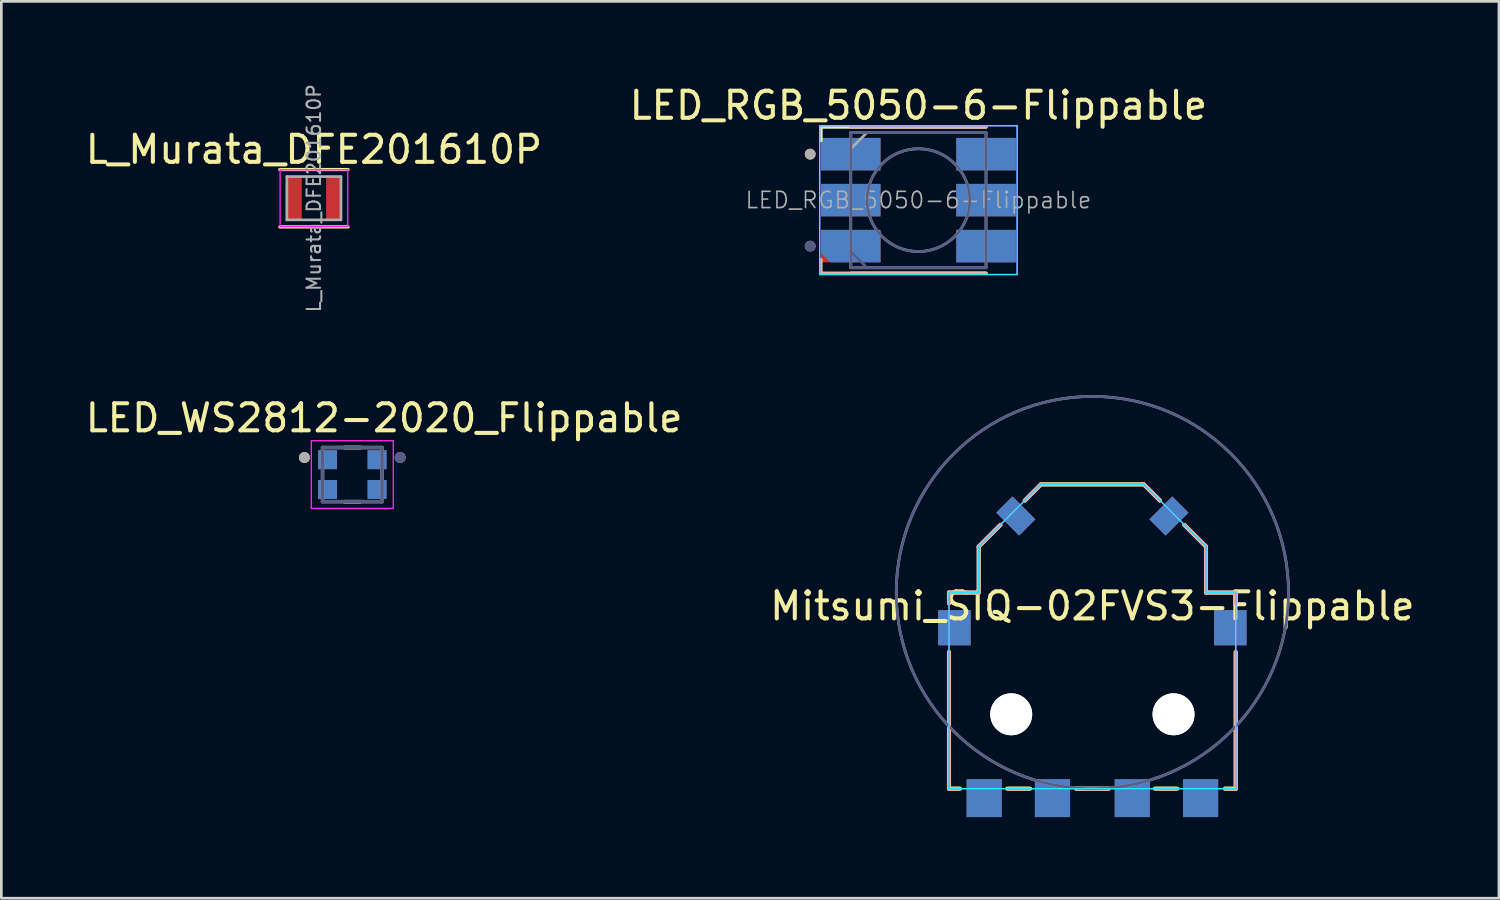
<source format=kicad_pcb>
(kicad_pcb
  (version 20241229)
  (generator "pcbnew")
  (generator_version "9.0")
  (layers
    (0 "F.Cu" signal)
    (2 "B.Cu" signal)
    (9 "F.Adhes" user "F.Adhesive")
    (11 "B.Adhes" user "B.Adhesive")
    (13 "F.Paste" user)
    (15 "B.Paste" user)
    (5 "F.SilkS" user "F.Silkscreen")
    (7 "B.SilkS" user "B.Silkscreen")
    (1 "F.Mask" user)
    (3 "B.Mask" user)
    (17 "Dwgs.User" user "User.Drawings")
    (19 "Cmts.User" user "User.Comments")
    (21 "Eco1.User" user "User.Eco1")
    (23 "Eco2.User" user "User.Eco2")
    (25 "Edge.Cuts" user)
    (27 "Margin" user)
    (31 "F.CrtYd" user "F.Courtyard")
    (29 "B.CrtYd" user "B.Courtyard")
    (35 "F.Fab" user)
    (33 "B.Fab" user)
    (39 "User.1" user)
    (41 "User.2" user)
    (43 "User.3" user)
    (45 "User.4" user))
  (footprint "Mitsumi_SIQ-02FVS3-Flippable"
    (layer "F.Cu")
    (at 37.33 18.854)
    (property "Reference" "Mitsumi_SIQ-02FVS3-Flippable" (at 0 0.5 0) (layer "F.SilkS") (effects (font (size 1 1) (thickness 0.15))))
    (attr through_hole)
    (fp_line (start -5.3 0) (end -4.2 0) (stroke (width 0.15) (type solid)) (layer "F.SilkS"))
    (fp_line (start -5.3 0.4) (end -5.3 0) (stroke (width 0.15) (type solid)) (layer "F.SilkS"))
    (fp_line (start -5.3 7.25) (end -5.3 2.2) (stroke (width 0.15) (type solid)) (layer "F.SilkS"))
    (fp_line (start -4.9 7.25) (end -5.3 7.25) (stroke (width 0.15) (type solid)) (layer "F.SilkS"))
    (fp_line (start -4.2 -1.7) (end -4.2 0) (stroke (width 0.15) (type solid)) (layer "F.SilkS"))
    (fp_line (start -3.4 -2.5) (end -4.2 -1.7) (stroke (width 0.15) (type solid)) (layer "F.SilkS"))
    (fp_line (start -2.3 7.25) (end -3.15 7.25) (stroke (width 0.15) (type solid)) (layer "F.SilkS"))
    (fp_line (start -1.9 -4) (end -2.5 -3.4) (stroke (width 0.15) (type solid)) (layer "F.SilkS"))
    (fp_line (start 0.6 7.25) (end -0.6 7.25) (stroke (width 0.15) (type solid)) (layer "F.SilkS"))
    (fp_line (start 1.9 -4) (end -1.9 -4) (stroke (width 0.15) (type solid)) (layer "F.SilkS"))
    (fp_line (start 1.9 -4) (end 2.5 -3.4) (stroke (width 0.15) (type solid)) (layer "F.SilkS"))
    (fp_line (start 3.1 7.25) (end 2.35 7.25) (stroke (width 0.15) (type solid)) (layer "F.SilkS"))
    (fp_line (start 3.4 -2.5) (end 4.2 -1.7) (stroke (width 0.15) (type solid)) (layer "F.SilkS"))
    (fp_line (start 4.2 -1.7) (end 4.2 0) (stroke (width 0.15) (type solid)) (layer "F.SilkS"))
    (fp_line (start 5.3 0) (end 4.2 0) (stroke (width 0.15) (type solid)) (layer "F.SilkS"))
    (fp_line (start 5.3 0.4) (end 5.3 0) (stroke (width 0.15) (type solid)) (layer "F.SilkS"))
    (fp_line (start 5.3 7.25) (end 4.9 7.25) (stroke (width 0.15) (type solid)) (layer "F.SilkS"))
    (fp_line (start 5.3 7.25) (end 5.3 2.2) (stroke (width 0.15) (type solid)) (layer "F.SilkS"))
    (fp_line (start -5.3 0) (end -4.2 0) (stroke (width 0.15) (type solid)) (layer "B.SilkS"))
    (fp_line (start -5.3 0.4) (end -5.3 0) (stroke (width 0.15) (type solid)) (layer "B.SilkS"))
    (fp_line (start -5.3 7.25) (end -5.3 2.2) (stroke (width 0.15) (type solid)) (layer "B.SilkS"))
    (fp_line (start -5.3 7.25) (end -4.9 7.25) (stroke (width 0.15) (type solid)) (layer "B.SilkS"))
    (fp_line (start -4.2 -1.7) (end -4.2 0) (stroke (width 0.15) (type solid)) (layer "B.SilkS"))
    (fp_line (start -3.4 -2.5) (end -4.2 -1.7) (stroke (width 0.15) (type solid)) (layer "B.SilkS"))
    (fp_line (start -3.1 7.25) (end -2.35 7.25) (stroke (width 0.15) (type solid)) (layer "B.SilkS"))
    (fp_line (start -1.9 -4) (end -2.5 -3.4) (stroke (width 0.15) (type solid)) (layer "B.SilkS"))
    (fp_line (start -1.9 -4) (end 1.9 -4) (stroke (width 0.15) (type solid)) (layer "B.SilkS"))
    (fp_line (start -0.6 7.25) (end 0.6 7.25) (stroke (width 0.15) (type solid)) (layer "B.SilkS"))
    (fp_line (start 1.9 -4) (end 2.5 -3.4) (stroke (width 0.15) (type solid)) (layer "B.SilkS"))
    (fp_line (start 2.3 7.25) (end 3.15 7.25) (stroke (width 0.15) (type solid)) (layer "B.SilkS"))
    (fp_line (start 3.4 -2.5) (end 4.2 -1.7) (stroke (width 0.15) (type solid)) (layer "B.SilkS"))
    (fp_line (start 4.2 -1.7) (end 4.2 0) (stroke (width 0.15) (type solid)) (layer "B.SilkS"))
    (fp_line (start 4.9 7.25) (end 5.3 7.25) (stroke (width 0.15) (type solid)) (layer "B.SilkS"))
    (fp_line (start 5.3 0) (end 4.2 0) (stroke (width 0.15) (type solid)) (layer "B.SilkS"))
    (fp_line (start 5.3 0.4) (end 5.3 0) (stroke (width 0.15) (type solid)) (layer "B.SilkS"))
    (fp_line (start 5.3 7.25) (end 5.3 2.2) (stroke (width 0.15) (type solid)) (layer "B.SilkS"))
    (fp_line (start -5.3 0) (end -4.2 0) (stroke (width 0.05) (type solid)) (layer "B.CrtYd"))
    (fp_line (start -5.3 7.25) (end -5.3 0) (stroke (width 0.05) (type solid)) (layer "B.CrtYd"))
    (fp_line (start -4.2 -1.71) (end -1.9 -4) (stroke (width 0.05) (type solid)) (layer "B.CrtYd"))
    (fp_line (start -4.2 0) (end -4.2 -1.71) (stroke (width 0.05) (type solid)) (layer "B.CrtYd"))
    (fp_line (start -1.9 -4) (end 1.91 -4) (stroke (width 0.05) (type solid)) (layer "B.CrtYd"))
    (fp_line (start 1.91 -4) (end 4.2 -1.7) (stroke (width 0.05) (type solid)) (layer "B.CrtYd"))
    (fp_line (start 4.2 -1.7) (end 4.2 0) (stroke (width 0.05) (type solid)) (layer "B.CrtYd"))
    (fp_line (start 4.2 0) (end 5.3 0) (stroke (width 0.05) (type solid)) (layer "B.CrtYd"))
    (fp_line (start 5.3 0) (end 5.3 7.25) (stroke (width 0.05) (type solid)) (layer "B.CrtYd"))
    (fp_line (start 5.3 7.25) (end -5.3 7.25) (stroke (width 0.05) (type solid)) (layer "B.CrtYd"))
    (fp_line (start -5.3 0) (end -5.3 7.25) (stroke (width 0.05) (type solid)) (layer "F.CrtYd"))
    (fp_line (start -5.3 7.25) (end 5.3 7.25) (stroke (width 0.05) (type solid)) (layer "F.CrtYd"))
    (fp_line (start -4.2 -1.7) (end -4.2 0) (stroke (width 0.05) (type solid)) (layer "F.CrtYd"))
    (fp_line (start -4.2 0) (end -5.3 0) (stroke (width 0.05) (type solid)) (layer "F.CrtYd"))
    (fp_line (start -1.91 -4) (end -4.2 -1.7) (stroke (width 0.05) (type solid)) (layer "F.CrtYd"))
    (fp_line (start 1.9 -4) (end -1.91 -4) (stroke (width 0.05) (type solid)) (layer "F.CrtYd"))
    (fp_line (start 4.2 -1.71) (end 1.9 -4) (stroke (width 0.05) (type solid)) (layer "F.CrtYd"))
    (fp_line (start 4.2 0) (end 4.2 -1.71) (stroke (width 0.05) (type solid)) (layer "F.CrtYd"))
    (fp_line (start 5.3 0) (end 4.2 0) (stroke (width 0.05) (type solid)) (layer "F.CrtYd"))
    (fp_line (start 5.3 7.25) (end 5.3 0) (stroke (width 0.05) (type solid)) (layer "F.CrtYd"))
    (fp_circle (center 0 0) (end -7.25 0) (stroke (width 0.1) (type solid)) (fill no) (layer "B.Fab"))
    (fp_circle (center 0 0) (end 7.25 0) (stroke (width 0.1) (type solid)) (fill no) (layer "F.Fab"))
    (pad "" np_thru_hole circle (at -3 4.5) (size 1.55 1.55) (drill 1.55) (layers "*.Cu" "*.Mask"))
    (pad "" np_thru_hole circle (at -3 4.5) (size 1.55 1.55) (drill 1.55) (layers "*.Cu" "*.Mask"))
    (pad "" np_thru_hole circle (at 3 4.5) (size 1.55 1.55) (drill 1.55) (layers "*.Cu" "*.Mask"))
    (pad "" np_thru_hole circle (at 3 4.5) (size 1.55 1.55) (drill 1.55) (layers "*.Cu" "*.Mask"))
    (pad "A" smd rect (at -4 7.6) (size 1.3 1.4) (layers "F.Cu" "F.Mask" "F.Paste"))
    (pad "A" smd rect (at 4 7.6) (size 1.3 1.4) (layers "B.Cu" "B.Mask" "B.Paste"))
    (pad "B" smd rect (at -4 7.6) (size 1.3 1.4) (layers "B.Cu" "B.Mask" "B.Paste"))
    (pad "B" smd rect (at 4 7.6) (size 1.3 1.4) (layers "F.Cu" "F.Mask" "F.Paste"))
    (pad "C" smd rect (at -1.475 7.6) (size 1.3 1.4) (layers "B.Cu" "B.Mask" "B.Paste"))
    (pad "C" smd rect (at 1.475 7.6) (size 1.3 1.4) (layers "F.Cu" "F.Mask" "F.Paste"))
    (pad "MP" smd rect (at -5.1 1.3) (size 1.2 1.3) (layers "F.Cu" "F.Mask" "F.Paste"))
    (pad "MP" smd rect (at -5.1 1.3) (size 1.2 1.3) (layers "B.Cu" "B.Mask" "B.Paste"))
    (pad "MP" smd rect (at -2.83 -2.83 45) (size 0.85 1.2) (layers "F.Cu" "F.Mask" "F.Paste"))
    (pad "MP" smd rect (at -2.83 -2.83 225) (size 0.85 1.2) (layers "B.Cu" "B.Mask" "B.Paste"))
    (pad "MP" smd rect (at 2.83 -2.83 135) (size 0.85 1.2) (layers "F.Cu" "F.Mask" "F.Paste"))
    (pad "MP" smd rect (at 2.83 -2.83 315) (size 0.85 1.2) (layers "B.Cu" "B.Mask" "B.Paste"))
    (pad "MP" smd rect (at 5.1 1.3) (size 1.2 1.3) (layers "F.Cu" "F.Mask" "F.Paste"))
    (pad "MP" smd rect (at 5.1 1.3) (size 1.2 1.3) (layers "B.Cu" "B.Mask" "B.Paste"))
    (pad "S" smd rect (at -1.475 7.6) (size 1.3 1.4) (layers "F.Cu" "F.Mask" "F.Paste"))
    (pad "S" smd rect (at 1.475 7.6) (size 1.3 1.4) (layers "B.Cu" "B.Mask" "B.Paste")))
  (footprint "LED_WS2812-2020_Flippable"
    (layer "F.Cu")
    (at 9.973 14.493)
    (property "Reference" "LED_WS2812-2020_Flippable" (at 1.177 -2.091 0) (layer "F.SilkS") (effects (font (size 1 1) (thickness 0.15))))
    (attr through_hole)
    (fp_line (start -0.3 -1) (end 0.3 -1) (stroke (width 0.127) (type solid)) (layer "F.SilkS"))
    (fp_line (start -0.3 1) (end 0.3 1) (stroke (width 0.127) (type solid)) (layer "F.SilkS"))
    (fp_circle (center -1.77 -0.63) (end -1.667 -0.63) (stroke (width 0.2) (type solid)) (fill no) (layer "F.SilkS"))
    (fp_line (start 0.3 -1) (end -0.3 -1) (stroke (width 0.127) (type solid)) (layer "B.SilkS"))
    (fp_line (start 0.3 1) (end -0.3 1) (stroke (width 0.127) (type solid)) (layer "B.SilkS"))
    (fp_circle (center 1.77 -0.63) (end 1.667 -0.63) (stroke (width 0.2) (type solid)) (fill no) (layer "B.SilkS"))
    (fp_line (start -1.515 -1.25) (end -1.515 1.25) (stroke (width 0.05) (type solid)) (layer "F.CrtYd"))
    (fp_line (start -1.515 1.25) (end 1.515 1.25) (stroke (width 0.05) (type solid)) (layer "F.CrtYd"))
    (fp_line (start 1.515 -1.25) (end -1.515 -1.25) (stroke (width 0.05) (type solid)) (layer "F.CrtYd"))
    (fp_line (start 1.515 1.25) (end 1.515 -1.25) (stroke (width 0.05) (type solid)) (layer "F.CrtYd"))
    (fp_line (start -1.1 -1) (end -1.1 1) (stroke (width 0.127) (type solid)) (layer "B.Fab"))
    (fp_line (start -1.1 1) (end 1.1 1) (stroke (width 0.127) (type solid)) (layer "B.Fab"))
    (fp_line (start 1.1 -1) (end -1.1 -1) (stroke (width 0.127) (type solid)) (layer "B.Fab"))
    (fp_line (start 1.1 1) (end 1.1 -1) (stroke (width 0.127) (type solid)) (layer "B.Fab"))
    (fp_circle (center 1.77 -0.63) (end 1.667 -0.63) (stroke (width 0.2) (type solid)) (fill no) (layer "B.Fab"))
    (fp_line (start -1.1 -1) (end 1.1 -1) (stroke (width 0.127) (type solid)) (layer "F.Fab"))
    (fp_line (start -1.1 1) (end -1.1 -1) (stroke (width 0.127) (type solid)) (layer "F.Fab"))
    (fp_line (start 1.1 -1) (end 1.1 1) (stroke (width 0.127) (type solid)) (layer "F.Fab"))
    (fp_line (start 1.1 1) (end -1.1 1) (stroke (width 0.127) (type solid)) (layer "F.Fab"))
    (fp_circle (center -1.77 -0.63) (end -1.667 -0.63) (stroke (width 0.2) (type solid)) (fill no) (layer "F.Fab"))
    (pad "1" smd rect (at -0.915 -0.55) (size 0.7 0.7) (layers "F.Cu" "F.Mask" "F.Paste"))
    (pad "1" smd rect (at 0.915 -0.55) (size 0.7 0.7) (layers "B.Cu" "B.Mask" "B.Paste"))
    (pad "2" smd rect (at -0.915 0.55) (size 0.7 0.7) (layers "F.Cu" "F.Mask" "F.Paste"))
    (pad "2" smd rect (at 0.915 0.55) (size 0.7 0.7) (layers "B.Cu" "B.Mask" "B.Paste"))
    (pad "3" smd rect (at -0.915 0.55 180) (size 0.7 0.7) (layers "B.Cu" "B.Mask" "B.Paste"))
    (pad "3" smd rect (at 0.915 0.55 180) (size 0.7 0.7) (layers "F.Cu" "F.Mask" "F.Paste"))
    (pad "4" smd rect (at -0.915 -0.55 180) (size 0.7 0.7) (layers "B.Cu" "B.Mask" "B.Paste"))
    (pad "4" smd rect (at 0.915 -0.55 180) (size 0.7 0.7) (layers "F.Cu" "F.Mask" "F.Paste")))
  (footprint "L_Murata_DFE201610P"
    (layer "F.Cu")
    (at 8.554 4.277)
    (property "Reference" "L_Murata_DFE201610P" (at 0 -1.8 0) (layer "F.SilkS") (effects (font (size 1 1) (thickness 0.15))))
    (attr smd)
    (fp_line (start -1.26 -1.06) (end 1.26 -1.06) (stroke (width 0.12) (type solid)) (layer "F.SilkS"))
    (fp_line (start -1.26 1.06) (end 1.26 1.06) (stroke (width 0.12) (type solid)) (layer "F.SilkS"))
    (fp_line (start -1.25 -1.05) (end -1.25 1.05) (stroke (width 0.05) (type solid)) (layer "F.CrtYd"))
    (fp_line (start -1.25 1.05) (end 1.25 1.05) (stroke (width 0.05) (type solid)) (layer "F.CrtYd"))
    (fp_line (start 1.25 -1.05) (end -1.25 -1.05) (stroke (width 0.05) (type solid)) (layer "F.CrtYd"))
    (fp_line (start 1.25 1.05) (end 1.25 -1.05) (stroke (width 0.05) (type solid)) (layer "F.CrtYd"))
    (fp_line (start -1 -0.8) (end -1 0.8) (stroke (width 0.1) (type solid)) (layer "F.Fab"))
    (fp_line (start -1 0.8) (end 1 0.8) (stroke (width 0.1) (type solid)) (layer "F.Fab"))
    (fp_line (start 1 -0.8) (end -1 -0.8) (stroke (width 0.1) (type solid)) (layer "F.Fab"))
    (fp_line (start 1 0.8) (end 1 -0.8) (stroke (width 0.1) (type solid)) (layer "F.Fab"))
    (fp_text user "${REFERENCE}" (at 0 0 90) (layer "F.Fab") (effects (font (size 0.5 0.5) (thickness 0.075))))
    (pad "1" smd rect (at -0.725 0) (size 0.55 1.6) (layers "F.Cu" "F.Mask" "F.Paste"))
    (pad "2" smd rect (at 0.725 0) (size 0.55 1.6) (layers "F.Cu" "F.Mask" "F.Paste")))
  (footprint "LED_RGB_5050-6-Flippable"
    (layer "F.Cu")
    (at 30.899 4.348)
    (property "Reference" "LED_RGB_5050-6-Flippable" (at 0 -3.5 180) (layer "F.SilkS") (effects (font (size 1 1) (thickness 0.15))))
    (attr smd)
    (fp_line (start -3.6 -2.7) (end 2.5 -2.7) (stroke (width 0.12) (type solid)) (layer "F.SilkS"))
    (fp_line (start -3.6 -2.2) (end -3.6 -2.7) (stroke (width 0.12) (type solid)) (layer "F.SilkS"))
    (fp_line (start 2.5 2.7) (end -2.5 2.7) (stroke (width 0.12) (type solid)) (layer "F.SilkS"))
    (fp_circle (center -4 -1.7) (end -3.9 -1.7) (stroke (width 0.2) (type solid)) (fill no) (layer "F.SilkS"))
    (fp_line (start -3.6 2.2) (end -3.6 2.7) (stroke (width 0.12) (type solid)) (layer "B.SilkS"))
    (fp_line (start -3.6 2.7) (end 2.5 2.7) (stroke (width 0.12) (type solid)) (layer "B.SilkS"))
    (fp_line (start 2.5 -2.7) (end -2.5 -2.7) (stroke (width 0.12) (type solid)) (layer "B.SilkS"))
    (fp_circle (center -4 1.7) (end -3.9 1.7) (stroke (width 0.2) (type solid)) (fill no) (layer "B.SilkS"))
    (fp_line (start -3.65 -2.75) (end 3.65 -2.75) (stroke (width 0.05) (type solid)) (layer "B.CrtYd"))
    (fp_line (start -3.65 2.75) (end -3.65 -2.75) (stroke (width 0.05) (type solid)) (layer "B.CrtYd"))
    (fp_line (start 3.65 -2.75) (end 3.65 2.75) (stroke (width 0.05) (type solid)) (layer "B.CrtYd"))
    (fp_line (start 3.65 2.75) (end -3.65 2.75) (stroke (width 0.05) (type solid)) (layer "B.CrtYd"))
    (fp_line (start -3.65 -2.75) (end -3.65 2.75) (stroke (width 0.05) (type solid)) (layer "F.CrtYd"))
    (fp_line (start -3.65 2.75) (end 3.65 2.75) (stroke (width 0.05) (type solid)) (layer "F.CrtYd"))
    (fp_line (start 3.65 -2.75) (end -3.65 -2.75) (stroke (width 0.05) (type solid)) (layer "F.CrtYd"))
    (fp_line (start 3.65 2.75) (end 3.65 -2.75) (stroke (width 0.05) (type solid)) (layer "F.CrtYd"))
    (fp_line (start -2.5 -2.5) (end 2.5 -2.5) (stroke (width 0.1) (type solid)) (layer "B.Fab"))
    (fp_line (start -2.5 1.9) (end -1.9 2.5) (stroke (width 0.1) (type solid)) (layer "B.Fab"))
    (fp_line (start -2.5 2.5) (end -2.5 -2.5) (stroke (width 0.1) (type solid)) (layer "B.Fab"))
    (fp_line (start 2.5 -2.5) (end 2.5 2.5) (stroke (width 0.1) (type solid)) (layer "B.Fab"))
    (fp_line (start 2.5 2.5) (end -2.5 2.5) (stroke (width 0.1) (type solid)) (layer "B.Fab"))
    (fp_circle (center -4 1.7) (end -3.9 1.7) (stroke (width 0.2) (type solid)) (fill no) (layer "B.Fab"))
    (fp_circle (center 0 0) (end 0 1.9) (stroke (width 0.1) (type solid)) (fill no) (layer "B.Fab"))
    (fp_line (start -2.5 -2.5) (end -2.5 2.5) (stroke (width 0.1) (type solid)) (layer "F.Fab"))
    (fp_line (start -2.5 -1.9) (end -1.9 -2.5) (stroke (width 0.1) (type solid)) (layer "F.Fab"))
    (fp_line (start -2.5 2.5) (end 2.5 2.5) (stroke (width 0.1) (type solid)) (layer "F.Fab"))
    (fp_line (start 2.5 -2.5) (end -2.5 -2.5) (stroke (width 0.1) (type solid)) (layer "F.Fab"))
    (fp_line (start 2.5 2.5) (end 2.5 -2.5) (stroke (width 0.1) (type solid)) (layer "F.Fab"))
    (fp_circle (center -4 -1.7) (end -3.9 -1.7) (stroke (width 0.2) (type solid)) (fill no) (layer "F.Fab"))
    (fp_circle (center 0 0) (end 0 -1.9) (stroke (width 0.1) (type solid)) (fill no) (layer "F.Fab"))
    (fp_text user "${REFERENCE}" (at 0 0 0) (layer "F.Fab") (effects (font (size 0.6 0.6) (thickness 0.06))))
    (pad "1" smd custom (at -2.5 -1.7 90) (size 1.2 1.2) (layers "F.Cu" "F.Mask" "F.Paste") (options (anchor rect)) (primitives (gr_poly (pts (xy -0.6 1.1) (xy 0.6 1.1) (xy 0.6 -0.75) (xy 0.25 -1.1) (xy -0.6 -1.1)) (width 0) (fill yes))))
    (pad "1" smd custom (at -2.5 1.7 90) (size 1.2 1.2) (layers "B.Cu" "B.Mask" "B.Paste") (options (anchor rect)) (primitives (gr_poly (pts (xy 0.6 1.1) (xy -0.6 1.1) (xy -0.6 -0.75) (xy -0.25 -1.1) (xy 0.6 -1.1)) (width 0) (fill yes))))
    (pad "2" smd rect (at -2.5 0 90) (size 1.2 2.2) (layers "F.Cu" "F.Mask" "F.Paste"))
    (pad "2" smd rect (at -2.5 0 90) (size 1.2 2.2) (layers "B.Cu" "B.Mask" "B.Paste"))
    (pad "3" smd rect (at -2.5 -1.7 270) (size 1.2 2.2) (layers "B.Cu" "B.Mask" "B.Paste"))
    (pad "3" smd rect (at -2.5 1.7 90) (size 1.2 2.2) (layers "F.Cu" "F.Mask" "F.Paste"))
    (pad "4" smd rect (at 2.5 -1.7 90) (size 1.2 2.2) (layers "B.Cu" "B.Mask" "B.Paste"))
    (pad "4" smd rect (at 2.5 1.7 90) (size 1.2 2.2) (layers "F.Cu" "F.Mask" "F.Paste"))
    (pad "5" smd rect (at 2.5 0 90) (size 1.2 2.2) (layers "F.Cu" "F.Mask" "F.Paste"))
    (pad "5" smd rect (at 2.5 0 90) (size 1.2 2.2) (layers "B.Cu" "B.Mask" "B.Paste"))
    (pad "6" smd rect (at 2.5 -1.7 90) (size 1.2 2.2) (layers "F.Cu" "F.Mask" "F.Paste"))
    (pad "6" smd rect (at 2.5 1.7 90) (size 1.2 2.2) (layers "B.Cu" "B.Mask" "B.Paste")))
  (gr_rect
    (start -3 -3)
    (end 52.36 30.154)
    (stroke (width 0.1) (type default))
    (fill no)
    (layer "Edge.Cuts")))
</source>
